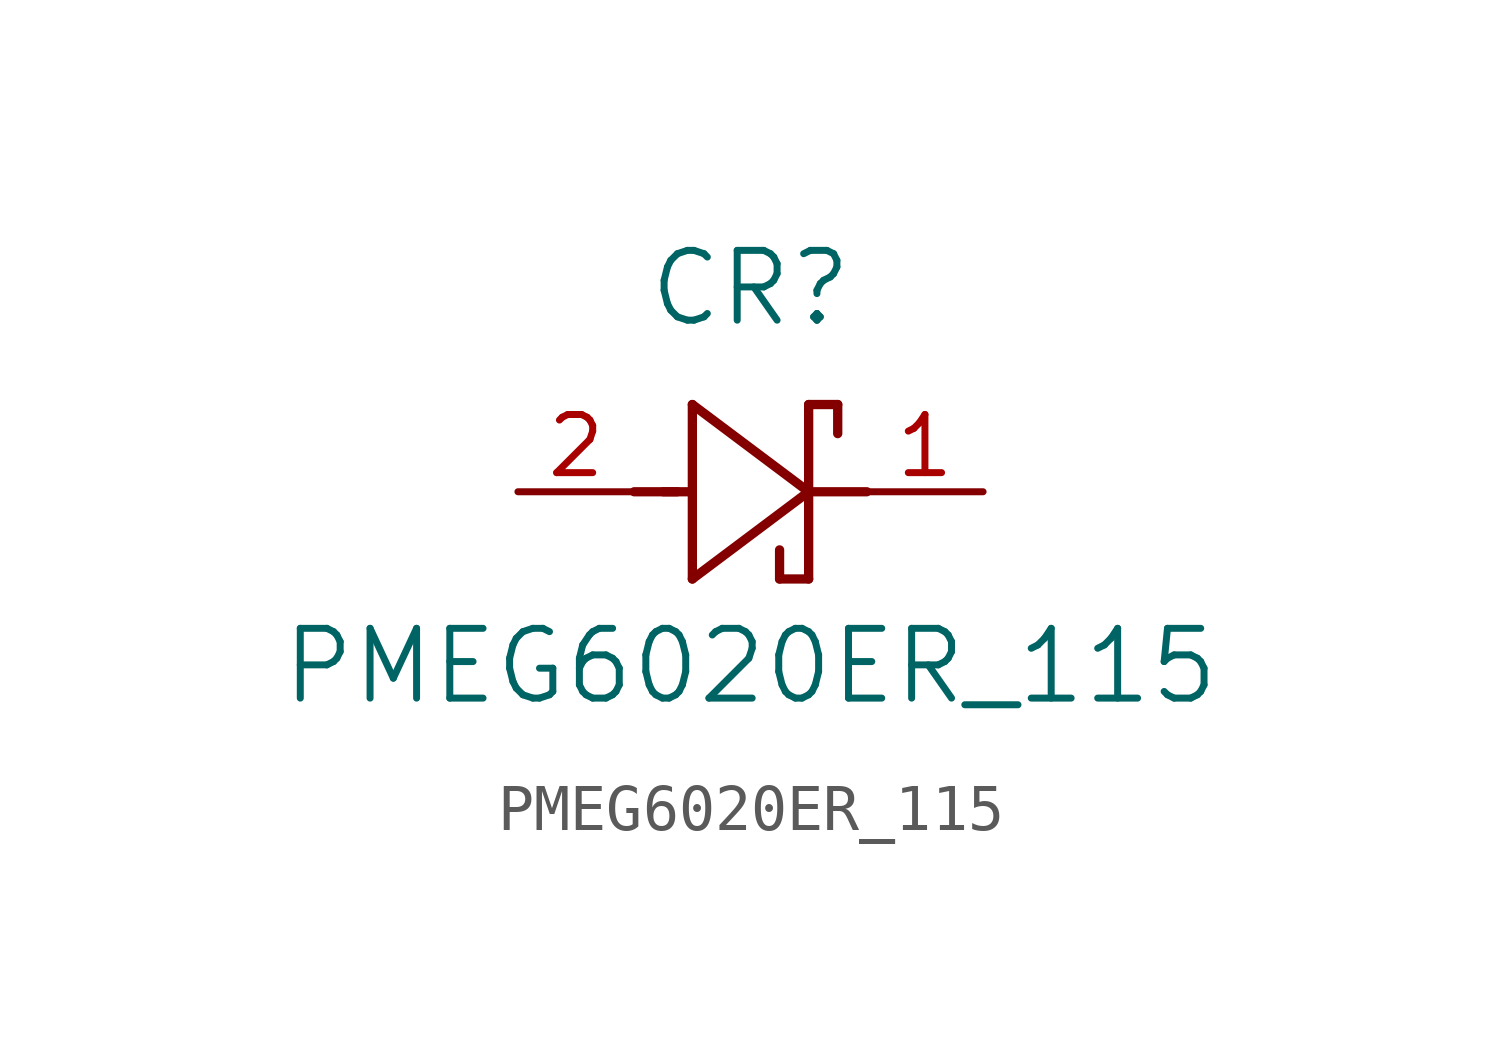
<source format=kicad_sym>
(kicad_symbol_lib
  (version 20211014)
  (generator kicad_symbol_editor)
  (symbol "PMEG6020ER_115"
    (pin_names
      (offset 0.254))
    (property "Reference" "CR"
      (at 5.08 4.445 0)
      (effects (font (size 1.524 1.524))))
    (property "Value" "PMEG6020ER_115"
      (at 5.08 -3.81 0)
      (effects (font (size 1.524 1.524))))
    (symbol "PMEG6020ER_115_0_1"
      (polyline (pts (xy 2.54 0) (xy 3.48 0)) (stroke (width 0.203) (type default) (color 0 0 0 0)) (fill (type none)))
      (polyline (pts (xy 3.175 0) (xy 3.81 0)) (stroke (width 0.203) (type default) (color 0 0 0 0)) (fill (type none)))
      (polyline (pts (xy 3.81 -1.905) (xy 6.35 0)) (stroke (width 0.203) (type default) (color 0 0 0 0)) (fill (type none)))
      (polyline (pts (xy 6.35 -1.905) (xy 5.715 -1.905)) (stroke (width 0.203) (type default) (color 0 0 0 0)) (fill (type none)))
      (polyline (pts (xy 6.35 1.905) (xy 6.985 1.905)) (stroke (width 0.203) (type default) (color 0 0 0 0)) (fill (type none)))
      (polyline (pts (xy 3.81 1.905) (xy 3.81 -1.905)) (stroke (width 0.203) (type default) (color 0 0 0 0)) (fill (type none)))
      (polyline (pts (xy 6.35 -1.905) (xy 6.35 1.905)) (stroke (width 0.203) (type default) (color 0 0 0 0)) (fill (type none)))
      (polyline (pts (xy 6.35 0) (xy 3.81 1.905)) (stroke (width 0.203) (type default) (color 0 0 0 0)) (fill (type none)))
      (polyline (pts (xy 6.35 0) (xy 7.62 0)) (stroke (width 0.203) (type default) (color 0 0 0 0)) (fill (type none)))
      (polyline (pts (xy 6.985 1.905) (xy 6.985 1.27)) (stroke (width 0.203) (type default) (color 0 0 0 0)) (fill (type none)))
      (polyline (pts (xy 5.715 -1.905) (xy 5.715 -1.27)) (stroke (width 0.203) (type default) (color 0 0 0 0)) (fill (type none)))
      (pin unspecified line (at 0 0 0) (length 2.54) (name "" (effects (font (size 1.27 1.27)))) (number "2" (effects (font (size 1.27 1.27)))))
      (pin unspecified line (at 10.16 0 180) (length 2.54) (name "" (effects (font (size 1.27 1.27)))) (number "1" (effects (font (size 1.27 1.27))))))))
</source>
